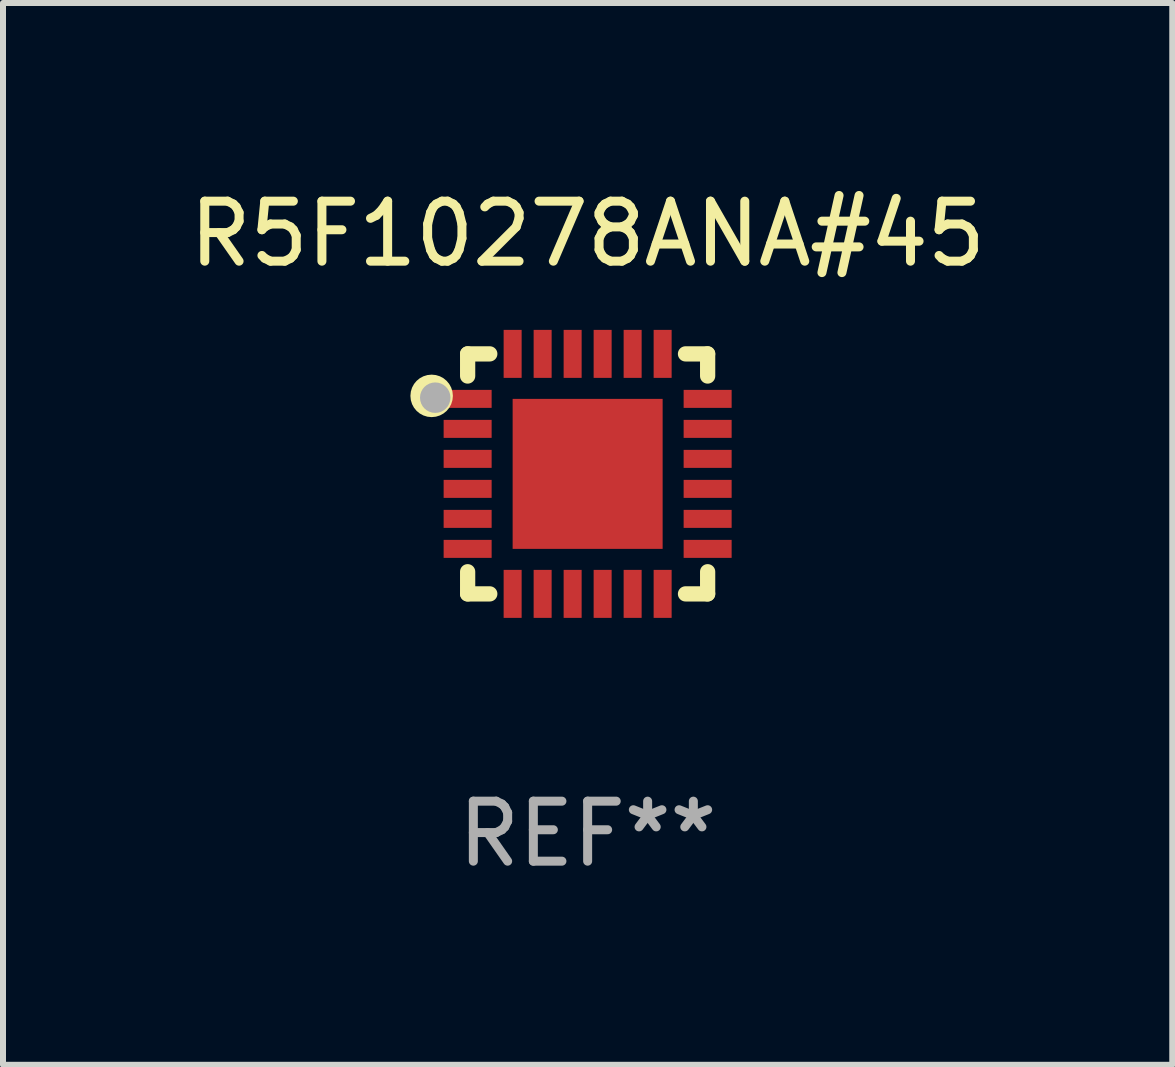
<source format=kicad_pcb>
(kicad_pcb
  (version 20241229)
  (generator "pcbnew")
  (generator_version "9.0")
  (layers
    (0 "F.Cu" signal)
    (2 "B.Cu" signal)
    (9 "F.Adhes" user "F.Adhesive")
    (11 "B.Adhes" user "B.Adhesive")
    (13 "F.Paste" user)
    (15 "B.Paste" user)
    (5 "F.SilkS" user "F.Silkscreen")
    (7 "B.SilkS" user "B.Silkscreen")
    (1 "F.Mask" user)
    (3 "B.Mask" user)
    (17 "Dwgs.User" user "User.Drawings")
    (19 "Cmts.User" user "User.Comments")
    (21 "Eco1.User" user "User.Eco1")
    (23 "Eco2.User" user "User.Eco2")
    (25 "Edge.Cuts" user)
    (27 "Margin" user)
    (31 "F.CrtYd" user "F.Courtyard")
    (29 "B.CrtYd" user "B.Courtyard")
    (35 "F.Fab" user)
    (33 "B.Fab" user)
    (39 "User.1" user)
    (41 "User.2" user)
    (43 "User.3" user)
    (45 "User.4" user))
  (footprint "R5F10278ANA#45"
    (layer "F.Cu")
    (at 6.744 4.848)
    (property "Reference" "R5F10278ANA#45" (at 0 -4 0) (layer "F.SilkS") (effects (font (size 1 1) (thickness 0.15))))
    (attr through_hole)
    (fp_line (start -2 -2) (end -1.631 -2) (stroke (width 0.254) (type solid)) (layer "F.SilkS"))
    (fp_line (start -2 -1.631) (end -2 -2) (stroke (width 0.254) (type solid)) (layer "F.SilkS"))
    (fp_line (start -2 2) (end -2 1.631) (stroke (width 0.254) (type solid)) (layer "F.SilkS"))
    (fp_line (start -1.631 2) (end -2 2) (stroke (width 0.254) (type solid)) (layer "F.SilkS"))
    (fp_line (start 1.631 -2) (end 2 -2) (stroke (width 0.254) (type solid)) (layer "F.SilkS"))
    (fp_line (start 2 -2) (end 2 -1.631) (stroke (width 0.254) (type solid)) (layer "F.SilkS"))
    (fp_line (start 2 1.631) (end 2 2) (stroke (width 0.254) (type solid)) (layer "F.SilkS"))
    (fp_line (start 2 2) (end 1.631 2) (stroke (width 0.254) (type solid)) (layer "F.SilkS"))
    (fp_circle (center -2.6 -1.3) (end -2.5 -1.3) (stroke (width 0.254) (type solid)) (fill no) (layer "F.SilkS"))
    (fp_circle (center -1.95 -1.95) (end -1.9 -1.95) (stroke (width 0.1) (type solid)) (fill no) (layer "F.SilkS"))
    (fp_circle (center -2.54 -1.27) (end -2.413 -1.27) (stroke (width 0.254) (type solid)) (fill no) (layer "F.Fab"))
    (fp_text user "REF**" (at 0 6 0) (layer "F.Fab") (effects (font (size 1 1) (thickness 0.15))))
    (pad "1" smd rect (at -2 -1.25) (size 0.8 0.3) (layers "F.Cu" "F.Mask" "F.Paste"))
    (pad "2" smd rect (at -2 -0.75) (size 0.8 0.3) (layers "F.Cu" "F.Mask" "F.Paste"))
    (pad "3" smd rect (at -2 -0.25) (size 0.8 0.3) (layers "F.Cu" "F.Mask" "F.Paste"))
    (pad "4" smd rect (at -2 0.25) (size 0.8 0.3) (layers "F.Cu" "F.Mask" "F.Paste"))
    (pad "5" smd rect (at -2 0.75) (size 0.8 0.3) (layers "F.Cu" "F.Mask" "F.Paste"))
    (pad "6" smd rect (at -2 1.25) (size 0.8 0.3) (layers "F.Cu" "F.Mask" "F.Paste"))
    (pad "7" smd rect (at -1.25 2) (size 0.3 0.8) (layers "F.Cu" "F.Mask" "F.Paste"))
    (pad "8" smd rect (at -0.75 2) (size 0.3 0.8) (layers "F.Cu" "F.Mask" "F.Paste"))
    (pad "9" smd rect (at -0.25 2) (size 0.3 0.8) (layers "F.Cu" "F.Mask" "F.Paste"))
    (pad "10" smd rect (at 0.25 2) (size 0.3 0.8) (layers "F.Cu" "F.Mask" "F.Paste"))
    (pad "11" smd rect (at 0.75 2) (size 0.3 0.8) (layers "F.Cu" "F.Mask" "F.Paste"))
    (pad "12" smd rect (at 1.25 2) (size 0.3 0.8) (layers "F.Cu" "F.Mask" "F.Paste"))
    (pad "13" smd rect (at 2 1.25) (size 0.8 0.3) (layers "F.Cu" "F.Mask" "F.Paste"))
    (pad "14" smd rect (at 2 0.75) (size 0.8 0.3) (layers "F.Cu" "F.Mask" "F.Paste"))
    (pad "15" smd rect (at 2 0.25) (size 0.8 0.3) (layers "F.Cu" "F.Mask" "F.Paste"))
    (pad "16" smd rect (at 2 -0.25) (size 0.8 0.3) (layers "F.Cu" "F.Mask" "F.Paste"))
    (pad "17" smd rect (at 2 -0.75) (size 0.8 0.3) (layers "F.Cu" "F.Mask" "F.Paste"))
    (pad "18" smd rect (at 2 -1.25) (size 0.8 0.3) (layers "F.Cu" "F.Mask" "F.Paste"))
    (pad "19" smd rect (at 1.25 -2) (size 0.3 0.8) (layers "F.Cu" "F.Mask" "F.Paste"))
    (pad "20" smd rect (at 0.75 -2) (size 0.3 0.8) (layers "F.Cu" "F.Mask" "F.Paste"))
    (pad "21" smd rect (at 0.25 -2) (size 0.3 0.8) (layers "F.Cu" "F.Mask" "F.Paste"))
    (pad "22" smd rect (at -0.25 -2) (size 0.3 0.8) (layers "F.Cu" "F.Mask" "F.Paste"))
    (pad "23" smd rect (at -0.75 -2) (size 0.3 0.8) (layers "F.Cu" "F.Mask" "F.Paste"))
    (pad "24" smd rect (at -1.25 -2) (size 0.3 0.8) (layers "F.Cu" "F.Mask" "F.Paste"))
    (pad "25" smd rect (at 0 0) (size 2.5 2.5) (layers "F.Cu" "F.Mask" "F.Paste")))
  (gr_rect
    (start -3 -3)
    (end 16.488 14.697)
    (stroke (width 0.1) (type default))
    (fill no)
    (layer "Edge.Cuts")))
</source>
